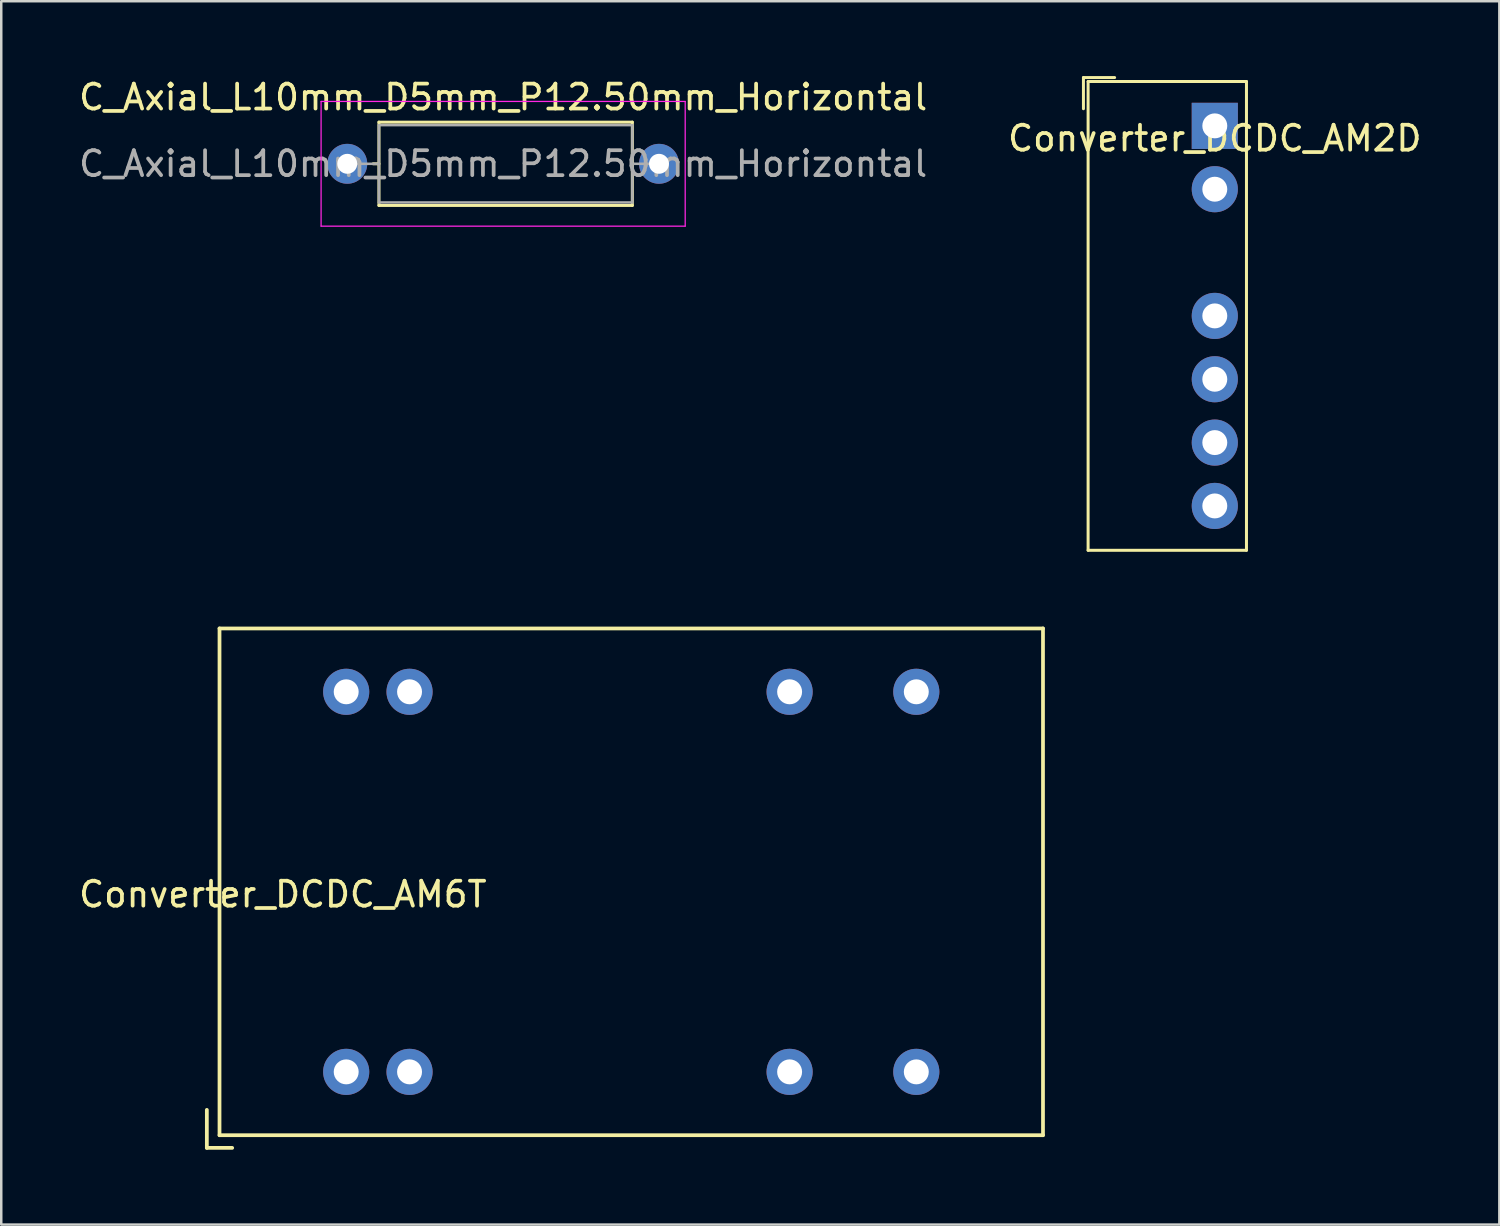
<source format=kicad_pcb>
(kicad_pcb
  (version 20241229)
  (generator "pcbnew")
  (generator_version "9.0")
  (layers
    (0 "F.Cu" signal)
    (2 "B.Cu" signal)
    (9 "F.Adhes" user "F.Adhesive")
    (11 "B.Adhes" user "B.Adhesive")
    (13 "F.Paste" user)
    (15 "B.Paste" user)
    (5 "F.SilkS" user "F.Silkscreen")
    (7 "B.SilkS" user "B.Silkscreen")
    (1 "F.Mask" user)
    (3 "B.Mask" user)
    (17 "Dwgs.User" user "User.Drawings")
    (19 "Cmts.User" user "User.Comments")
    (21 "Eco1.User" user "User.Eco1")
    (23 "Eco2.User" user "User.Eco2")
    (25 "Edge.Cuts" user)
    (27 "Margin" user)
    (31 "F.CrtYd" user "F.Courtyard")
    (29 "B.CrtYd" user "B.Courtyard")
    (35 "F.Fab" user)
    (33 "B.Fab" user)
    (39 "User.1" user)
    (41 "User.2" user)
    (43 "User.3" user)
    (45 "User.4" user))
  (footprint "Converter_DCDC_AM6T"
    (layer "F.Cu")
    (at 8.292 32.31)
    (property "Reference" "Converter_DCDC_AM6T" (at 0 0.5 0) (layer "F.SilkS") (effects (font (size 1 1) (thickness 0.15))))
    (attr through_hole)
    (fp_line (start -3.048 9.144) (end -3.048 10.668) (stroke (width 0.15) (type solid)) (layer "F.SilkS"))
    (fp_line (start -3.048 10.668) (end -2.032 10.668) (stroke (width 0.15) (type solid)) (layer "F.SilkS"))
    (fp_line (start -2.54 -10.16) (end 30.48 -10.16) (stroke (width 0.15) (type solid)) (layer "F.SilkS"))
    (fp_line (start -2.54 10.16) (end -2.54 -10.16) (stroke (width 0.15) (type solid)) (layer "F.SilkS"))
    (fp_line (start 30.48 -10.16) (end 30.48 10.16) (stroke (width 0.15) (type solid)) (layer "F.SilkS"))
    (fp_line (start 30.48 10.16) (end -2.54 10.16) (stroke (width 0.15) (type solid)) (layer "F.SilkS"))
    (pad "2" thru_hole circle (at 2.54 7.62) (size 1.85 1.85) (drill 1) (layers "*.Cu" "*.Mask"))
    (pad "3" thru_hole circle (at 5.08 7.62) (size 1.85 1.85) (drill 1) (layers "*.Cu" "*.Mask"))
    (pad "9" thru_hole circle (at 20.32 7.62) (size 1.85 1.85) (drill 1) (layers "*.Cu" "*.Mask"))
    (pad "11" thru_hole circle (at 25.4 7.62) (size 1.85 1.85) (drill 1) (layers "*.Cu" "*.Mask"))
    (pad "14" thru_hole circle (at 25.4 -7.62) (size 1.85 1.85) (drill 1) (layers "*.Cu" "*.Mask"))
    (pad "16" thru_hole circle (at 20.32 -7.62) (size 1.85 1.85) (drill 1) (layers "*.Cu" "*.Mask"))
    (pad "22" thru_hole circle (at 5.08 -7.62) (size 1.85 1.85) (drill 1) (layers "*.Cu" "*.Mask"))
    (pad "23" thru_hole circle (at 2.54 -7.62) (size 1.85 1.85) (drill 1) (layers "*.Cu" "*.Mask")))
  (footprint "Converter_DCDC_AM2D"
    (layer "F.Cu")
    (at 45.661 1.997)
    (property "Reference" "Converter_DCDC_AM2D" (at 0 0.5 0) (layer "F.SilkS") (effects (font (size 1 1) (thickness 0.15))))
    (attr through_hole)
    (fp_line (start -5.267 -1.937) (end -5.267 -0.687) (stroke (width 0.12) (type solid)) (layer "F.SilkS"))
    (fp_line (start -5.08 -1.778) (end -5.08 17.018) (stroke (width 0.12) (type solid)) (layer "F.SilkS"))
    (fp_line (start -5.08 17.018) (end 1.27 17.018) (stroke (width 0.12) (type solid)) (layer "F.SilkS"))
    (fp_line (start -4.017 -1.937) (end -5.267 -1.937) (stroke (width 0.12) (type solid)) (layer "F.SilkS"))
    (fp_line (start 1.27 -1.778) (end -5.08 -1.778) (stroke (width 0.12) (type solid)) (layer "F.SilkS"))
    (fp_line (start 1.27 17.018) (end 1.27 -1.778) (stroke (width 0.12) (type solid)) (layer "F.SilkS"))
    (pad "1" thru_hole rect (at 0 0) (size 1.85 1.85) (drill 1) (layers "*.Cu" "*.Mask"))
    (pad "2" thru_hole circle (at 0 2.54) (size 1.85 1.85) (drill 1) (layers "*.Cu" "*.Mask"))
    (pad "4" thru_hole circle (at 0 7.62) (size 1.85 1.85) (drill 1) (layers "*.Cu" "*.Mask"))
    (pad "5" thru_hole circle (at 0 10.16) (size 1.85 1.85) (drill 1) (layers "*.Cu" "*.Mask"))
    (pad "6" thru_hole circle (at 0 12.7) (size 1.85 1.85) (drill 1) (layers "*.Cu" "*.Mask"))
    (pad "7" thru_hole circle (at 0 15.24) (size 1.85 1.85) (drill 1) (layers "*.Cu" "*.Mask")))
  (footprint "C_Axial_L10mm_D5mm_P12.50mm_Horizontal"
    (layer "F.Cu")
    (at 10.875 3.518)
    (property "Reference" "C_Axial_L10mm_D5mm_P12.50mm_Horizontal" (at 6.25 -2.67 0) (layer "F.SilkS") (effects (font (size 1 1) (thickness 0.15))))
    (attr through_hole)
    (fp_line (start 1.04 0) (end 1.27 0) (stroke (width 0.12) (type solid)) (layer "F.SilkS"))
    (fp_line (start 1.27 -1.67) (end 1.27 1.67) (stroke (width 0.12) (type solid)) (layer "F.SilkS"))
    (fp_line (start 1.27 1.67) (end 11.43 1.67) (stroke (width 0.12) (type solid)) (layer "F.SilkS"))
    (fp_line (start 11.43 -1.67) (end 1.27 -1.67) (stroke (width 0.12) (type solid)) (layer "F.SilkS"))
    (fp_line (start 11.43 1.67) (end 11.43 -1.67) (stroke (width 0.12) (type solid)) (layer "F.SilkS"))
    (fp_line (start 11.46 0) (end 11.43 0) (stroke (width 0.12) (type solid)) (layer "F.SilkS"))
    (fp_line (start -1.05 -2.5) (end -1.05 2.5) (stroke (width 0.05) (type solid)) (layer "F.CrtYd"))
    (fp_line (start -1.05 2.5) (end 13.55 2.5) (stroke (width 0.05) (type solid)) (layer "F.CrtYd"))
    (fp_line (start 13.55 -2.5) (end -1.05 -2.5) (stroke (width 0.05) (type solid)) (layer "F.CrtYd"))
    (fp_line (start 13.55 2.5) (end 13.55 -2.5) (stroke (width 0.05) (type solid)) (layer "F.CrtYd"))
    (fp_line (start 0 0) (end 1.27 0) (stroke (width 0.1) (type solid)) (layer "F.Fab"))
    (fp_line (start 1.27 -1.55) (end 1.27 1.55) (stroke (width 0.1) (type solid)) (layer "F.Fab"))
    (fp_line (start 1.27 1.55) (end 11.43 1.55) (stroke (width 0.1) (type solid)) (layer "F.Fab"))
    (fp_line (start 11.43 -1.55) (end 1.27 -1.55) (stroke (width 0.1) (type solid)) (layer "F.Fab"))
    (fp_line (start 11.43 1.55) (end 11.43 -1.55) (stroke (width 0.1) (type solid)) (layer "F.Fab"))
    (fp_line (start 12.5 0) (end 11.43 0) (stroke (width 0.1) (type solid)) (layer "F.Fab"))
    (fp_text user "${REFERENCE}" (at 6.25 0 0) (layer "F.Fab") (effects (font (size 1 1) (thickness 0.15))))
    (pad "1" thru_hole circle (at 0 0) (size 1.6 1.6) (drill 0.8) (layers "*.Cu" "*.Mask"))
    (pad "2" thru_hole oval (at 12.5 0) (size 1.6 1.6) (drill 0.8) (layers "*.Cu" "*.Mask")))
  (gr_rect
    (start -3 -3)
    (end 57.071 46.053)
    (stroke (width 0.1) (type default))
    (fill no)
    (layer "Edge.Cuts")))
</source>
